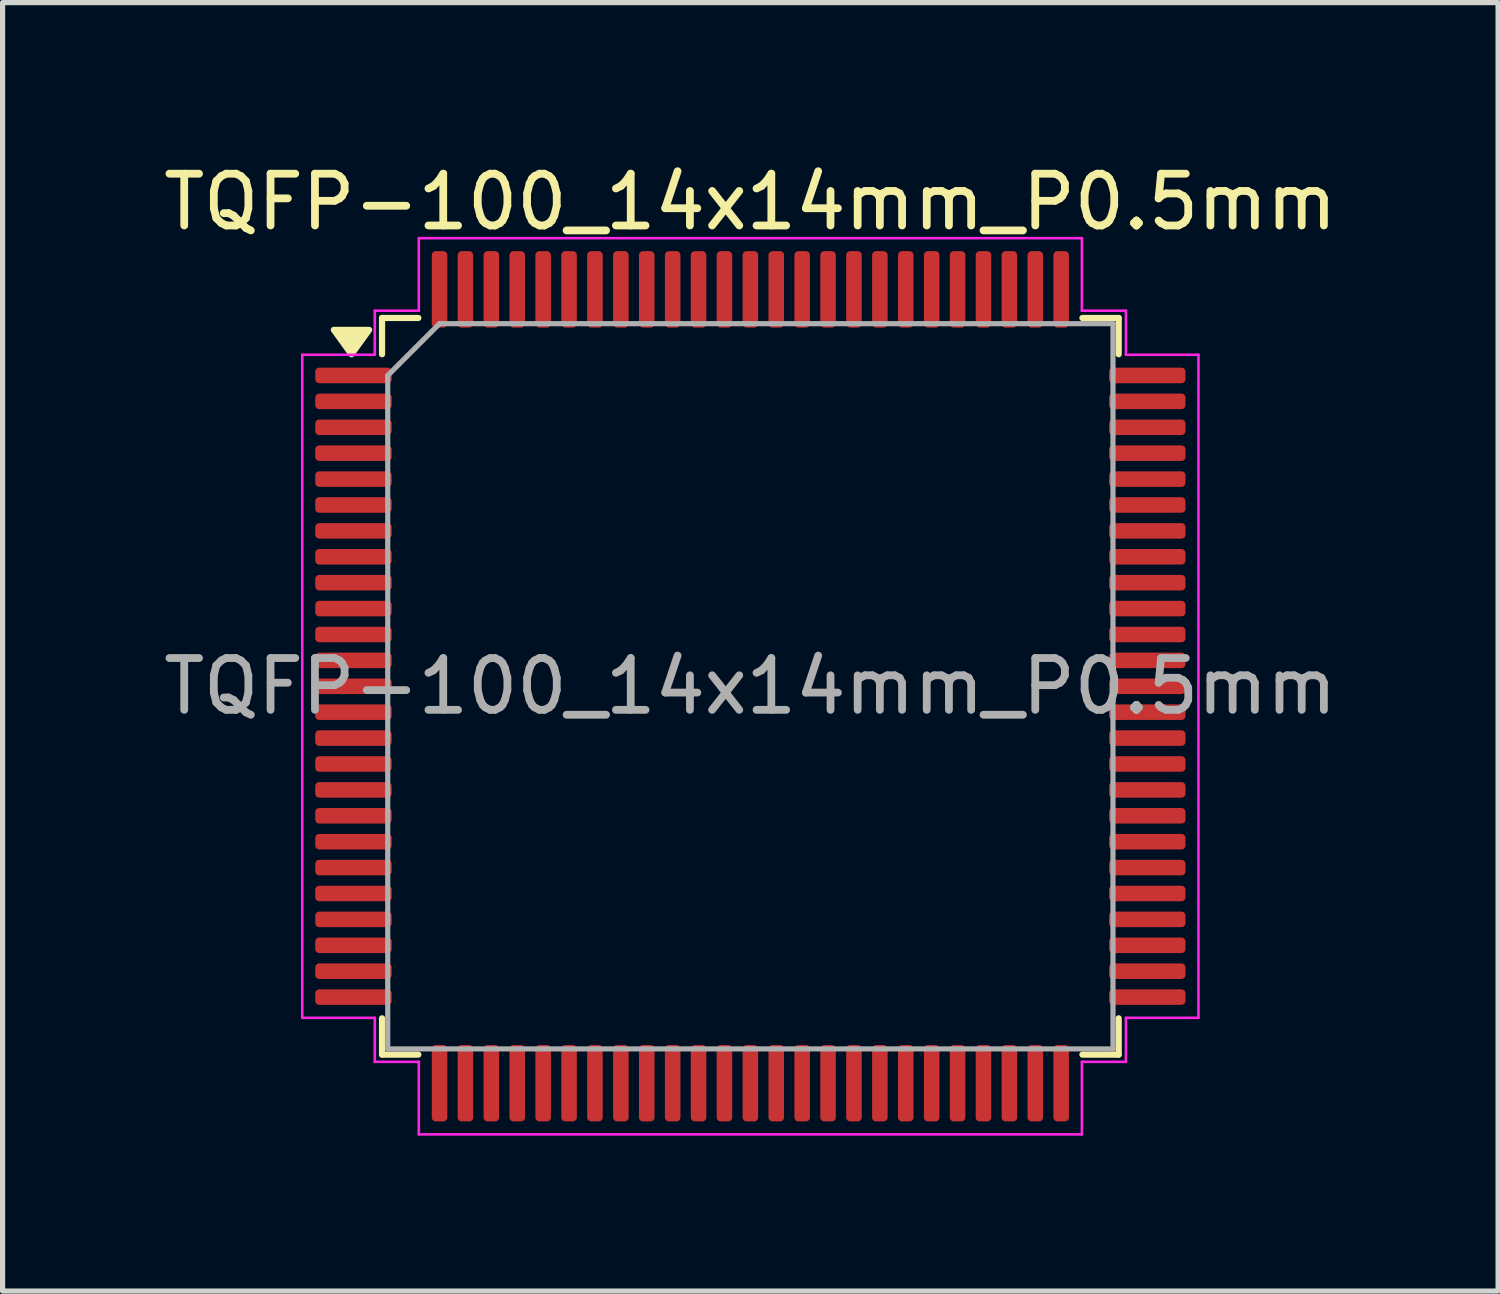
<source format=kicad_pcb>
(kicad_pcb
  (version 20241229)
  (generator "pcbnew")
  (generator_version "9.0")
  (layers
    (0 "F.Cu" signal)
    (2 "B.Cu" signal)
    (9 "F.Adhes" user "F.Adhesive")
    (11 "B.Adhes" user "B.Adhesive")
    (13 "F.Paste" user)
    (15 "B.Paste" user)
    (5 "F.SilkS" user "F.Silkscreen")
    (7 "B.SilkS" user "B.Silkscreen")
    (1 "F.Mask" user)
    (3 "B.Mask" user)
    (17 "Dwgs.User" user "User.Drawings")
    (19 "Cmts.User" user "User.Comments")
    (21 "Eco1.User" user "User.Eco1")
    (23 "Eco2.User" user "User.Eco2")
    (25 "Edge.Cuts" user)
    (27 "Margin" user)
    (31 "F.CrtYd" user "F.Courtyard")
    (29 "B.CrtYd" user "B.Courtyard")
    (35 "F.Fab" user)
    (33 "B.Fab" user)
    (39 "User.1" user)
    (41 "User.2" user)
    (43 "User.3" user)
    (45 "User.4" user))
  (footprint "TQFP-100_14x14mm_P0.5mm"
    (layer "F.Cu")
    (at 11.435 10.198)
    (property "Reference" "TQFP-100_14x14mm_P0.5mm" (at 0 -9.35 0) (layer "F.SilkS") (effects (font (size 1 1) (thickness 0.15))))
    (attr smd)
    (fp_line (start -7.11 -7.11) (end -7.11 -6.41) (stroke (width 0.12) (type solid)) (layer "F.SilkS"))
    (fp_line (start -7.11 7.11) (end -7.11 6.41) (stroke (width 0.12) (type solid)) (layer "F.SilkS"))
    (fp_line (start -6.41 -7.11) (end -7.11 -7.11) (stroke (width 0.12) (type solid)) (layer "F.SilkS"))
    (fp_line (start -6.41 7.11) (end -7.11 7.11) (stroke (width 0.12) (type solid)) (layer "F.SilkS"))
    (fp_line (start 6.41 -7.11) (end 7.11 -7.11) (stroke (width 0.12) (type solid)) (layer "F.SilkS"))
    (fp_line (start 6.41 7.11) (end 7.11 7.11) (stroke (width 0.12) (type solid)) (layer "F.SilkS"))
    (fp_line (start 7.11 -7.11) (end 7.11 -6.41) (stroke (width 0.12) (type solid)) (layer "F.SilkS"))
    (fp_line (start 7.11 7.11) (end 7.11 6.41) (stroke (width 0.12) (type solid)) (layer "F.SilkS"))
    (fp_poly (pts (xy -7.7 -6.41) (xy -8.04 -6.88) (xy -7.36 -6.88)) (stroke (width 0.12) (type solid)) (fill yes) (layer "F.SilkS"))
    (fp_line (start -8.65 -6.4) (end -7.25 -6.4) (stroke (width 0.05) (type solid)) (layer "F.CrtYd"))
    (fp_line (start -8.65 6.4) (end -8.65 -6.4) (stroke (width 0.05) (type solid)) (layer "F.CrtYd"))
    (fp_line (start -7.25 -7.25) (end -6.4 -7.25) (stroke (width 0.05) (type solid)) (layer "F.CrtYd"))
    (fp_line (start -7.25 -6.4) (end -7.25 -7.25) (stroke (width 0.05) (type solid)) (layer "F.CrtYd"))
    (fp_line (start -7.25 6.4) (end -8.65 6.4) (stroke (width 0.05) (type solid)) (layer "F.CrtYd"))
    (fp_line (start -7.25 7.25) (end -7.25 6.4) (stroke (width 0.05) (type solid)) (layer "F.CrtYd"))
    (fp_line (start -6.4 -8.65) (end 6.4 -8.65) (stroke (width 0.05) (type solid)) (layer "F.CrtYd"))
    (fp_line (start -6.4 -7.25) (end -6.4 -8.65) (stroke (width 0.05) (type solid)) (layer "F.CrtYd"))
    (fp_line (start -6.4 7.25) (end -7.25 7.25) (stroke (width 0.05) (type solid)) (layer "F.CrtYd"))
    (fp_line (start -6.4 8.65) (end -6.4 7.25) (stroke (width 0.05) (type solid)) (layer "F.CrtYd"))
    (fp_line (start 6.4 -8.65) (end 6.4 -7.25) (stroke (width 0.05) (type solid)) (layer "F.CrtYd"))
    (fp_line (start 6.4 -7.25) (end 7.25 -7.25) (stroke (width 0.05) (type solid)) (layer "F.CrtYd"))
    (fp_line (start 6.4 7.25) (end 6.4 8.65) (stroke (width 0.05) (type solid)) (layer "F.CrtYd"))
    (fp_line (start 6.4 8.65) (end -6.4 8.65) (stroke (width 0.05) (type solid)) (layer "F.CrtYd"))
    (fp_line (start 7.25 -7.25) (end 7.25 -6.4) (stroke (width 0.05) (type solid)) (layer "F.CrtYd"))
    (fp_line (start 7.25 -6.4) (end 8.65 -6.4) (stroke (width 0.05) (type solid)) (layer "F.CrtYd"))
    (fp_line (start 7.25 6.4) (end 7.25 7.25) (stroke (width 0.05) (type solid)) (layer "F.CrtYd"))
    (fp_line (start 7.25 7.25) (end 6.4 7.25) (stroke (width 0.05) (type solid)) (layer "F.CrtYd"))
    (fp_line (start 8.65 -6.4) (end 8.65 6.4) (stroke (width 0.05) (type solid)) (layer "F.CrtYd"))
    (fp_line (start 8.65 6.4) (end 7.25 6.4) (stroke (width 0.05) (type solid)) (layer "F.CrtYd"))
    (fp_line (start -7 -6) (end -6 -7) (stroke (width 0.1) (type solid)) (layer "F.Fab"))
    (fp_line (start -7 7) (end -7 -6) (stroke (width 0.1) (type solid)) (layer "F.Fab"))
    (fp_line (start -6 -7) (end 7 -7) (stroke (width 0.1) (type solid)) (layer "F.Fab"))
    (fp_line (start 7 -7) (end 7 7) (stroke (width 0.1) (type solid)) (layer "F.Fab"))
    (fp_line (start 7 7) (end -7 7) (stroke (width 0.1) (type solid)) (layer "F.Fab"))
    (fp_text user "${REFERENCE}" (at 0 0 0) (layer "F.Fab") (effects (font (size 1 1) (thickness 0.15))))
    (pad "1" smd roundrect (at -7.662 -6) (size 1.475 0.3) (layers "F.Cu" "F.Mask" "F.Paste") (roundrect_rratio 0.25))
    (pad "2" smd roundrect (at -7.662 -5.5) (size 1.475 0.3) (layers "F.Cu" "F.Mask" "F.Paste") (roundrect_rratio 0.25))
    (pad "3" smd roundrect (at -7.662 -5) (size 1.475 0.3) (layers "F.Cu" "F.Mask" "F.Paste") (roundrect_rratio 0.25))
    (pad "4" smd roundrect (at -7.662 -4.5) (size 1.475 0.3) (layers "F.Cu" "F.Mask" "F.Paste") (roundrect_rratio 0.25))
    (pad "5" smd roundrect (at -7.662 -4) (size 1.475 0.3) (layers "F.Cu" "F.Mask" "F.Paste") (roundrect_rratio 0.25))
    (pad "6" smd roundrect (at -7.662 -3.5) (size 1.475 0.3) (layers "F.Cu" "F.Mask" "F.Paste") (roundrect_rratio 0.25))
    (pad "7" smd roundrect (at -7.662 -3) (size 1.475 0.3) (layers "F.Cu" "F.Mask" "F.Paste") (roundrect_rratio 0.25))
    (pad "8" smd roundrect (at -7.662 -2.5) (size 1.475 0.3) (layers "F.Cu" "F.Mask" "F.Paste") (roundrect_rratio 0.25))
    (pad "9" smd roundrect (at -7.662 -2) (size 1.475 0.3) (layers "F.Cu" "F.Mask" "F.Paste") (roundrect_rratio 0.25))
    (pad "10" smd roundrect (at -7.662 -1.5) (size 1.475 0.3) (layers "F.Cu" "F.Mask" "F.Paste") (roundrect_rratio 0.25))
    (pad "11" smd roundrect (at -7.662 -1) (size 1.475 0.3) (layers "F.Cu" "F.Mask" "F.Paste") (roundrect_rratio 0.25))
    (pad "12" smd roundrect (at -7.662 -0.5) (size 1.475 0.3) (layers "F.Cu" "F.Mask" "F.Paste") (roundrect_rratio 0.25))
    (pad "13" smd roundrect (at -7.662 0) (size 1.475 0.3) (layers "F.Cu" "F.Mask" "F.Paste") (roundrect_rratio 0.25))
    (pad "14" smd roundrect (at -7.662 0.5) (size 1.475 0.3) (layers "F.Cu" "F.Mask" "F.Paste") (roundrect_rratio 0.25))
    (pad "15" smd roundrect (at -7.662 1) (size 1.475 0.3) (layers "F.Cu" "F.Mask" "F.Paste") (roundrect_rratio 0.25))
    (pad "16" smd roundrect (at -7.662 1.5) (size 1.475 0.3) (layers "F.Cu" "F.Mask" "F.Paste") (roundrect_rratio 0.25))
    (pad "17" smd roundrect (at -7.662 2) (size 1.475 0.3) (layers "F.Cu" "F.Mask" "F.Paste") (roundrect_rratio 0.25))
    (pad "18" smd roundrect (at -7.662 2.5) (size 1.475 0.3) (layers "F.Cu" "F.Mask" "F.Paste") (roundrect_rratio 0.25))
    (pad "19" smd roundrect (at -7.662 3) (size 1.475 0.3) (layers "F.Cu" "F.Mask" "F.Paste") (roundrect_rratio 0.25))
    (pad "20" smd roundrect (at -7.662 3.5) (size 1.475 0.3) (layers "F.Cu" "F.Mask" "F.Paste") (roundrect_rratio 0.25))
    (pad "21" smd roundrect (at -7.662 4) (size 1.475 0.3) (layers "F.Cu" "F.Mask" "F.Paste") (roundrect_rratio 0.25))
    (pad "22" smd roundrect (at -7.662 4.5) (size 1.475 0.3) (layers "F.Cu" "F.Mask" "F.Paste") (roundrect_rratio 0.25))
    (pad "23" smd roundrect (at -7.662 5) (size 1.475 0.3) (layers "F.Cu" "F.Mask" "F.Paste") (roundrect_rratio 0.25))
    (pad "24" smd roundrect (at -7.662 5.5) (size 1.475 0.3) (layers "F.Cu" "F.Mask" "F.Paste") (roundrect_rratio 0.25))
    (pad "25" smd roundrect (at -7.662 6) (size 1.475 0.3) (layers "F.Cu" "F.Mask" "F.Paste") (roundrect_rratio 0.25))
    (pad "26" smd roundrect (at -6 7.662) (size 0.3 1.475) (layers "F.Cu" "F.Mask" "F.Paste") (roundrect_rratio 0.25))
    (pad "27" smd roundrect (at -5.5 7.662) (size 0.3 1.475) (layers "F.Cu" "F.Mask" "F.Paste") (roundrect_rratio 0.25))
    (pad "28" smd roundrect (at -5 7.662) (size 0.3 1.475) (layers "F.Cu" "F.Mask" "F.Paste") (roundrect_rratio 0.25))
    (pad "29" smd roundrect (at -4.5 7.662) (size 0.3 1.475) (layers "F.Cu" "F.Mask" "F.Paste") (roundrect_rratio 0.25))
    (pad "30" smd roundrect (at -4 7.662) (size 0.3 1.475) (layers "F.Cu" "F.Mask" "F.Paste") (roundrect_rratio 0.25))
    (pad "31" smd roundrect (at -3.5 7.662) (size 0.3 1.475) (layers "F.Cu" "F.Mask" "F.Paste") (roundrect_rratio 0.25))
    (pad "32" smd roundrect (at -3 7.662) (size 0.3 1.475) (layers "F.Cu" "F.Mask" "F.Paste") (roundrect_rratio 0.25))
    (pad "33" smd roundrect (at -2.5 7.662) (size 0.3 1.475) (layers "F.Cu" "F.Mask" "F.Paste") (roundrect_rratio 0.25))
    (pad "34" smd roundrect (at -2 7.662) (size 0.3 1.475) (layers "F.Cu" "F.Mask" "F.Paste") (roundrect_rratio 0.25))
    (pad "35" smd roundrect (at -1.5 7.662) (size 0.3 1.475) (layers "F.Cu" "F.Mask" "F.Paste") (roundrect_rratio 0.25))
    (pad "36" smd roundrect (at -1 7.662) (size 0.3 1.475) (layers "F.Cu" "F.Mask" "F.Paste") (roundrect_rratio 0.25))
    (pad "37" smd roundrect (at -0.5 7.662) (size 0.3 1.475) (layers "F.Cu" "F.Mask" "F.Paste") (roundrect_rratio 0.25))
    (pad "38" smd roundrect (at 0 7.662) (size 0.3 1.475) (layers "F.Cu" "F.Mask" "F.Paste") (roundrect_rratio 0.25))
    (pad "39" smd roundrect (at 0.5 7.662) (size 0.3 1.475) (layers "F.Cu" "F.Mask" "F.Paste") (roundrect_rratio 0.25))
    (pad "40" smd roundrect (at 1 7.662) (size 0.3 1.475) (layers "F.Cu" "F.Mask" "F.Paste") (roundrect_rratio 0.25))
    (pad "41" smd roundrect (at 1.5 7.662) (size 0.3 1.475) (layers "F.Cu" "F.Mask" "F.Paste") (roundrect_rratio 0.25))
    (pad "42" smd roundrect (at 2 7.662) (size 0.3 1.475) (layers "F.Cu" "F.Mask" "F.Paste") (roundrect_rratio 0.25))
    (pad "43" smd roundrect (at 2.5 7.662) (size 0.3 1.475) (layers "F.Cu" "F.Mask" "F.Paste") (roundrect_rratio 0.25))
    (pad "44" smd roundrect (at 3 7.662) (size 0.3 1.475) (layers "F.Cu" "F.Mask" "F.Paste") (roundrect_rratio 0.25))
    (pad "45" smd roundrect (at 3.5 7.662) (size 0.3 1.475) (layers "F.Cu" "F.Mask" "F.Paste") (roundrect_rratio 0.25))
    (pad "46" smd roundrect (at 4 7.662) (size 0.3 1.475) (layers "F.Cu" "F.Mask" "F.Paste") (roundrect_rratio 0.25))
    (pad "47" smd roundrect (at 4.5 7.662) (size 0.3 1.475) (layers "F.Cu" "F.Mask" "F.Paste") (roundrect_rratio 0.25))
    (pad "48" smd roundrect (at 5 7.662) (size 0.3 1.475) (layers "F.Cu" "F.Mask" "F.Paste") (roundrect_rratio 0.25))
    (pad "49" smd roundrect (at 5.5 7.662) (size 0.3 1.475) (layers "F.Cu" "F.Mask" "F.Paste") (roundrect_rratio 0.25))
    (pad "50" smd roundrect (at 6 7.662) (size 0.3 1.475) (layers "F.Cu" "F.Mask" "F.Paste") (roundrect_rratio 0.25))
    (pad "51" smd roundrect (at 7.662 6) (size 1.475 0.3) (layers "F.Cu" "F.Mask" "F.Paste") (roundrect_rratio 0.25))
    (pad "52" smd roundrect (at 7.662 5.5) (size 1.475 0.3) (layers "F.Cu" "F.Mask" "F.Paste") (roundrect_rratio 0.25))
    (pad "53" smd roundrect (at 7.662 5) (size 1.475 0.3) (layers "F.Cu" "F.Mask" "F.Paste") (roundrect_rratio 0.25))
    (pad "54" smd roundrect (at 7.662 4.5) (size 1.475 0.3) (layers "F.Cu" "F.Mask" "F.Paste") (roundrect_rratio 0.25))
    (pad "55" smd roundrect (at 7.662 4) (size 1.475 0.3) (layers "F.Cu" "F.Mask" "F.Paste") (roundrect_rratio 0.25))
    (pad "56" smd roundrect (at 7.662 3.5) (size 1.475 0.3) (layers "F.Cu" "F.Mask" "F.Paste") (roundrect_rratio 0.25))
    (pad "57" smd roundrect (at 7.662 3) (size 1.475 0.3) (layers "F.Cu" "F.Mask" "F.Paste") (roundrect_rratio 0.25))
    (pad "58" smd roundrect (at 7.662 2.5) (size 1.475 0.3) (layers "F.Cu" "F.Mask" "F.Paste") (roundrect_rratio 0.25))
    (pad "59" smd roundrect (at 7.662 2) (size 1.475 0.3) (layers "F.Cu" "F.Mask" "F.Paste") (roundrect_rratio 0.25))
    (pad "60" smd roundrect (at 7.662 1.5) (size 1.475 0.3) (layers "F.Cu" "F.Mask" "F.Paste") (roundrect_rratio 0.25))
    (pad "61" smd roundrect (at 7.662 1) (size 1.475 0.3) (layers "F.Cu" "F.Mask" "F.Paste") (roundrect_rratio 0.25))
    (pad "62" smd roundrect (at 7.662 0.5) (size 1.475 0.3) (layers "F.Cu" "F.Mask" "F.Paste") (roundrect_rratio 0.25))
    (pad "63" smd roundrect (at 7.662 0) (size 1.475 0.3) (layers "F.Cu" "F.Mask" "F.Paste") (roundrect_rratio 0.25))
    (pad "64" smd roundrect (at 7.662 -0.5) (size 1.475 0.3) (layers "F.Cu" "F.Mask" "F.Paste") (roundrect_rratio 0.25))
    (pad "65" smd roundrect (at 7.662 -1) (size 1.475 0.3) (layers "F.Cu" "F.Mask" "F.Paste") (roundrect_rratio 0.25))
    (pad "66" smd roundrect (at 7.662 -1.5) (size 1.475 0.3) (layers "F.Cu" "F.Mask" "F.Paste") (roundrect_rratio 0.25))
    (pad "67" smd roundrect (at 7.662 -2) (size 1.475 0.3) (layers "F.Cu" "F.Mask" "F.Paste") (roundrect_rratio 0.25))
    (pad "68" smd roundrect (at 7.662 -2.5) (size 1.475 0.3) (layers "F.Cu" "F.Mask" "F.Paste") (roundrect_rratio 0.25))
    (pad "69" smd roundrect (at 7.662 -3) (size 1.475 0.3) (layers "F.Cu" "F.Mask" "F.Paste") (roundrect_rratio 0.25))
    (pad "70" smd roundrect (at 7.662 -3.5) (size 1.475 0.3) (layers "F.Cu" "F.Mask" "F.Paste") (roundrect_rratio 0.25))
    (pad "71" smd roundrect (at 7.662 -4) (size 1.475 0.3) (layers "F.Cu" "F.Mask" "F.Paste") (roundrect_rratio 0.25))
    (pad "72" smd roundrect (at 7.662 -4.5) (size 1.475 0.3) (layers "F.Cu" "F.Mask" "F.Paste") (roundrect_rratio 0.25))
    (pad "73" smd roundrect (at 7.662 -5) (size 1.475 0.3) (layers "F.Cu" "F.Mask" "F.Paste") (roundrect_rratio 0.25))
    (pad "74" smd roundrect (at 7.662 -5.5) (size 1.475 0.3) (layers "F.Cu" "F.Mask" "F.Paste") (roundrect_rratio 0.25))
    (pad "75" smd roundrect (at 7.662 -6) (size 1.475 0.3) (layers "F.Cu" "F.Mask" "F.Paste") (roundrect_rratio 0.25))
    (pad "76" smd roundrect (at 6 -7.662) (size 0.3 1.475) (layers "F.Cu" "F.Mask" "F.Paste") (roundrect_rratio 0.25))
    (pad "77" smd roundrect (at 5.5 -7.662) (size 0.3 1.475) (layers "F.Cu" "F.Mask" "F.Paste") (roundrect_rratio 0.25))
    (pad "78" smd roundrect (at 5 -7.662) (size 0.3 1.475) (layers "F.Cu" "F.Mask" "F.Paste") (roundrect_rratio 0.25))
    (pad "79" smd roundrect (at 4.5 -7.662) (size 0.3 1.475) (layers "F.Cu" "F.Mask" "F.Paste") (roundrect_rratio 0.25))
    (pad "80" smd roundrect (at 4 -7.662) (size 0.3 1.475) (layers "F.Cu" "F.Mask" "F.Paste") (roundrect_rratio 0.25))
    (pad "81" smd roundrect (at 3.5 -7.662) (size 0.3 1.475) (layers "F.Cu" "F.Mask" "F.Paste") (roundrect_rratio 0.25))
    (pad "82" smd roundrect (at 3 -7.662) (size 0.3 1.475) (layers "F.Cu" "F.Mask" "F.Paste") (roundrect_rratio 0.25))
    (pad "83" smd roundrect (at 2.5 -7.662) (size 0.3 1.475) (layers "F.Cu" "F.Mask" "F.Paste") (roundrect_rratio 0.25))
    (pad "84" smd roundrect (at 2 -7.662) (size 0.3 1.475) (layers "F.Cu" "F.Mask" "F.Paste") (roundrect_rratio 0.25))
    (pad "85" smd roundrect (at 1.5 -7.662) (size 0.3 1.475) (layers "F.Cu" "F.Mask" "F.Paste") (roundrect_rratio 0.25))
    (pad "86" smd roundrect (at 1 -7.662) (size 0.3 1.475) (layers "F.Cu" "F.Mask" "F.Paste") (roundrect_rratio 0.25))
    (pad "87" smd roundrect (at 0.5 -7.662) (size 0.3 1.475) (layers "F.Cu" "F.Mask" "F.Paste") (roundrect_rratio 0.25))
    (pad "88" smd roundrect (at 0 -7.662) (size 0.3 1.475) (layers "F.Cu" "F.Mask" "F.Paste") (roundrect_rratio 0.25))
    (pad "89" smd roundrect (at -0.5 -7.662) (size 0.3 1.475) (layers "F.Cu" "F.Mask" "F.Paste") (roundrect_rratio 0.25))
    (pad "90" smd roundrect (at -1 -7.662) (size 0.3 1.475) (layers "F.Cu" "F.Mask" "F.Paste") (roundrect_rratio 0.25))
    (pad "91" smd roundrect (at -1.5 -7.662) (size 0.3 1.475) (layers "F.Cu" "F.Mask" "F.Paste") (roundrect_rratio 0.25))
    (pad "92" smd roundrect (at -2 -7.662) (size 0.3 1.475) (layers "F.Cu" "F.Mask" "F.Paste") (roundrect_rratio 0.25))
    (pad "93" smd roundrect (at -2.5 -7.662) (size 0.3 1.475) (layers "F.Cu" "F.Mask" "F.Paste") (roundrect_rratio 0.25))
    (pad "94" smd roundrect (at -3 -7.662) (size 0.3 1.475) (layers "F.Cu" "F.Mask" "F.Paste") (roundrect_rratio 0.25))
    (pad "95" smd roundrect (at -3.5 -7.662) (size 0.3 1.475) (layers "F.Cu" "F.Mask" "F.Paste") (roundrect_rratio 0.25))
    (pad "96" smd roundrect (at -4 -7.662) (size 0.3 1.475) (layers "F.Cu" "F.Mask" "F.Paste") (roundrect_rratio 0.25))
    (pad "97" smd roundrect (at -4.5 -7.662) (size 0.3 1.475) (layers "F.Cu" "F.Mask" "F.Paste") (roundrect_rratio 0.25))
    (pad "98" smd roundrect (at -5 -7.662) (size 0.3 1.475) (layers "F.Cu" "F.Mask" "F.Paste") (roundrect_rratio 0.25))
    (pad "99" smd roundrect (at -5.5 -7.662) (size 0.3 1.475) (layers "F.Cu" "F.Mask" "F.Paste") (roundrect_rratio 0.25))
    (pad "100" smd roundrect (at -6 -7.662) (size 0.3 1.475) (layers "F.Cu" "F.Mask" "F.Paste") (roundrect_rratio 0.25)))
  (gr_rect
    (start -3 -3)
    (end 25.869 21.873)
    (stroke (width 0.1) (type default))
    (fill no)
    (layer "Edge.Cuts")))
</source>
